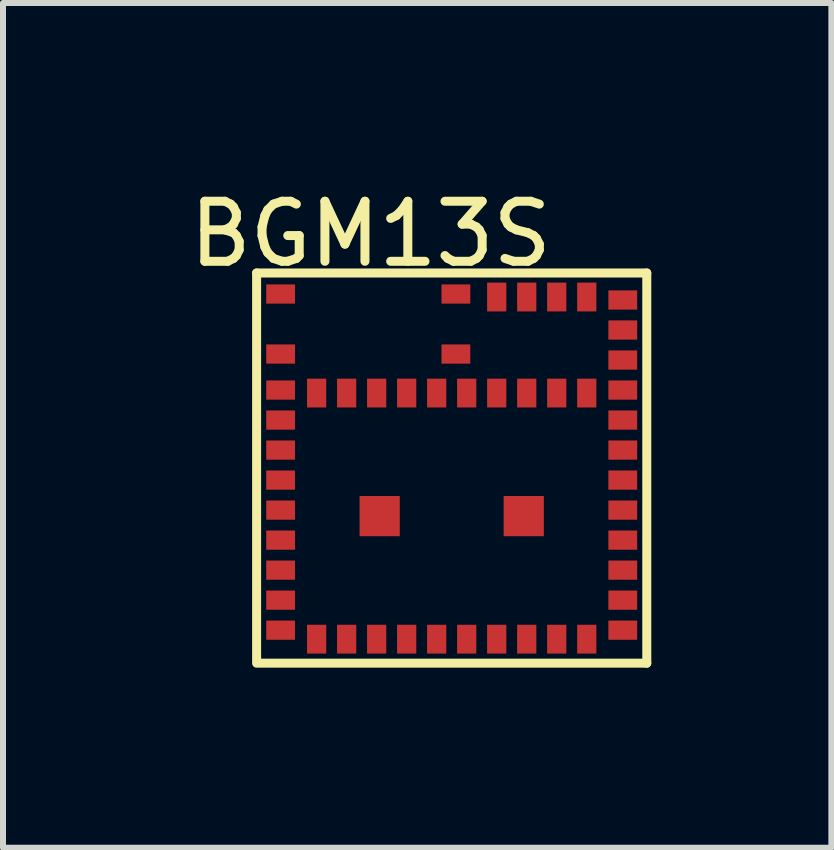
<source format=kicad_pcb>
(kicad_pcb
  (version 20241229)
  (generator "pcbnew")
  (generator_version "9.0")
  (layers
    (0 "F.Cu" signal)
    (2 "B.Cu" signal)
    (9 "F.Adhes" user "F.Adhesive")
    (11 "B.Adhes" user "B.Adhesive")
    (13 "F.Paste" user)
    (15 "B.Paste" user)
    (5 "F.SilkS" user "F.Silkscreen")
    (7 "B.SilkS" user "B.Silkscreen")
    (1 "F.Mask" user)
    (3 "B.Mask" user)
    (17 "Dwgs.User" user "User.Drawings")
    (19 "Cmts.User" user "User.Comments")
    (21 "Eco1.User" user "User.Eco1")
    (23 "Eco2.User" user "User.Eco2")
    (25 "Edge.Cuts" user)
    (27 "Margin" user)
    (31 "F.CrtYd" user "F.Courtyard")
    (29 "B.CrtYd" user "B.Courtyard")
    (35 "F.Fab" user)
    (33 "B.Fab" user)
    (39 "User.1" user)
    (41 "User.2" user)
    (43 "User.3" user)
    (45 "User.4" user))
  (footprint "BGM13S"
    (layer "F.Cu")
    (at 1.625 1.848)
    (property "Reference" "BGM13S" (at 1.5 -1 0) (layer "F.SilkS") (effects (font (size 1 1) (thickness 0.15))))
    (attr through_hole)
    (fp_line (start -0.4 -0.35) (end -0.4 6.15) (stroke (width 0.15) (type solid)) (layer "F.SilkS"))
    (fp_line (start -0.4 -0.35) (end 6.1 -0.35) (stroke (width 0.15) (type solid)) (layer "F.SilkS"))
    (fp_line (start 6.1 -0.35) (end 6.1 6.15) (stroke (width 0.15) (type solid)) (layer "F.SilkS"))
    (fp_line (start 6.1 6.15) (end -0.35 6.15) (stroke (width 0.15) (type solid)) (layer "F.SilkS"))
    (pad "1" smd rect (at 0 1.6) (size 0.48 0.32) (layers "F.Cu" "F.Mask" "F.Paste"))
    (pad "2" smd rect (at 0 2.1) (size 0.48 0.32) (layers "F.Cu" "F.Mask" "F.Paste"))
    (pad "3" smd rect (at 0 2.6) (size 0.48 0.32) (layers "F.Cu" "F.Mask" "F.Paste"))
    (pad "4" smd rect (at 0 3.1) (size 0.48 0.32) (layers "F.Cu" "F.Mask" "F.Paste"))
    (pad "5" smd rect (at 0 3.6) (size 0.48 0.32) (layers "F.Cu" "F.Mask" "F.Paste"))
    (pad "6" smd rect (at 0 4.1) (size 0.48 0.32) (layers "F.Cu" "F.Mask" "F.Paste"))
    (pad "7" smd rect (at 0 4.6) (size 0.48 0.32) (layers "F.Cu" "F.Mask" "F.Paste"))
    (pad "8" smd rect (at 0 5.1) (size 0.48 0.32) (layers "F.Cu" "F.Mask" "F.Paste"))
    (pad "9" smd rect (at 0 5.6) (size 0.48 0.32) (layers "F.Cu" "F.Mask" "F.Paste"))
    (pad "10" smd rect (at 0.6 5.75) (size 0.32 0.48) (layers "F.Cu" "F.Mask" "F.Paste"))
    (pad "11" smd rect (at 1.1 5.75) (size 0.32 0.48) (layers "F.Cu" "F.Mask" "F.Paste"))
    (pad "12" smd rect (at 1.6 5.75) (size 0.32 0.48) (layers "F.Cu" "F.Mask" "F.Paste"))
    (pad "13" smd rect (at 2.1 5.75) (size 0.32 0.48) (layers "F.Cu" "F.Mask" "F.Paste"))
    (pad "14" smd rect (at 2.6 5.75) (size 0.32 0.48) (layers "F.Cu" "F.Mask" "F.Paste"))
    (pad "15" smd rect (at 3.1 5.75) (size 0.32 0.48) (layers "F.Cu" "F.Mask" "F.Paste"))
    (pad "16" smd rect (at 3.6 5.75) (size 0.32 0.48) (layers "F.Cu" "F.Mask" "F.Paste"))
    (pad "17" smd rect (at 4.1 5.75) (size 0.32 0.48) (layers "F.Cu" "F.Mask" "F.Paste"))
    (pad "18" smd rect (at 4.6 5.75) (size 0.32 0.48) (layers "F.Cu" "F.Mask" "F.Paste"))
    (pad "19" smd rect (at 5.1 5.75) (size 0.32 0.48) (layers "F.Cu" "F.Mask" "F.Paste"))
    (pad "20" smd rect (at 5.7 5.6) (size 0.48 0.32) (layers "F.Cu" "F.Mask" "F.Paste"))
    (pad "21" smd rect (at 5.7 5.1) (size 0.48 0.32) (layers "F.Cu" "F.Mask" "F.Paste"))
    (pad "22" smd rect (at 5.7 4.6) (size 0.48 0.32) (layers "F.Cu" "F.Mask" "F.Paste"))
    (pad "23" smd rect (at 5.7 4.1) (size 0.48 0.32) (layers "F.Cu" "F.Mask" "F.Paste"))
    (pad "24" smd rect (at 5.7 3.6) (size 0.48 0.32) (layers "F.Cu" "F.Mask" "F.Paste"))
    (pad "25" smd rect (at 5.7 3.1) (size 0.48 0.32) (layers "F.Cu" "F.Mask" "F.Paste"))
    (pad "26" smd rect (at 5.7 2.6) (size 0.48 0.32) (layers "F.Cu" "F.Mask" "F.Paste"))
    (pad "27" smd rect (at 5.7 2.1) (size 0.48 0.32) (layers "F.Cu" "F.Mask" "F.Paste"))
    (pad "28" smd rect (at 5.7 1.6) (size 0.48 0.32) (layers "F.Cu" "F.Mask" "F.Paste"))
    (pad "29" smd rect (at 5.7 1.1) (size 0.48 0.32) (layers "F.Cu" "F.Mask" "F.Paste"))
    (pad "30" smd rect (at 5.7 0.6) (size 0.48 0.32) (layers "F.Cu" "F.Mask" "F.Paste"))
    (pad "31" smd rect (at 5.7 0.1) (size 0.48 0.32) (layers "F.Cu" "F.Mask" "F.Paste"))
    (pad "32" smd rect (at 5.1 0.05) (size 0.32 0.48) (layers "F.Cu" "F.Mask" "F.Paste"))
    (pad "33" smd rect (at 4.6 0.05) (size 0.32 0.48) (layers "F.Cu" "F.Mask" "F.Paste"))
    (pad "34" smd rect (at 4.1 0.05) (size 0.32 0.48) (layers "F.Cu" "F.Mask" "F.Paste"))
    (pad "35" smd rect (at 3.6 0.05) (size 0.32 0.48) (layers "F.Cu" "F.Mask" "F.Paste"))
    (pad "36" smd rect (at 5.1 1.65) (size 0.32 0.48) (layers "F.Cu" "F.Mask" "F.Paste"))
    (pad "37" smd rect (at 4.6 1.65) (size 0.32 0.48) (layers "F.Cu" "F.Mask" "F.Paste"))
    (pad "38" smd rect (at 4.1 1.65) (size 0.32 0.48) (layers "F.Cu" "F.Mask" "F.Paste"))
    (pad "39" smd rect (at 3.6 1.65) (size 0.32 0.48) (layers "F.Cu" "F.Mask" "F.Paste"))
    (pad "40" smd rect (at 3.1 1.65) (size 0.32 0.48) (layers "F.Cu" "F.Mask" "F.Paste"))
    (pad "41" smd rect (at 2.6 1.65) (size 0.32 0.48) (layers "F.Cu" "F.Mask" "F.Paste"))
    (pad "42" smd rect (at 2.1 1.65) (size 0.32 0.48) (layers "F.Cu" "F.Mask" "F.Paste"))
    (pad "43" smd rect (at 1.6 1.65) (size 0.32 0.48) (layers "F.Cu" "F.Mask" "F.Paste"))
    (pad "44" smd rect (at 1.1 1.65) (size 0.32 0.48) (layers "F.Cu" "F.Mask" "F.Paste"))
    (pad "45" smd rect (at 0.6 1.65) (size 0.32 0.48) (layers "F.Cu" "F.Mask" "F.Paste"))
    (pad "46" smd rect (at 2.92 0) (size 0.48 0.32) (layers "F.Cu" "F.Mask" "F.Paste"))
    (pad "47" smd rect (at 0 0) (size 0.48 0.32) (layers "F.Cu" "F.Mask" "F.Paste"))
    (pad "48" smd rect (at 2.92 1) (size 0.48 0.32) (layers "F.Cu" "F.Mask" "F.Paste"))
    (pad "49" smd rect (at 0 1) (size 0.48 0.32) (layers "F.Cu" "F.Mask" "F.Paste"))
    (pad "50" smd rect (at 1.65 3.7) (size 0.67 0.67) (layers "F.Cu" "F.Mask" "F.Paste"))
    (pad "51" smd rect (at 4.05 3.7) (size 0.67 0.67) (layers "F.Cu" "F.Mask" "F.Paste")))
  (gr_rect
    (start -3 -3)
    (end 10.8 11.073)
    (stroke (width 0.1) (type default))
    (fill no)
    (layer "Edge.Cuts")))
</source>
